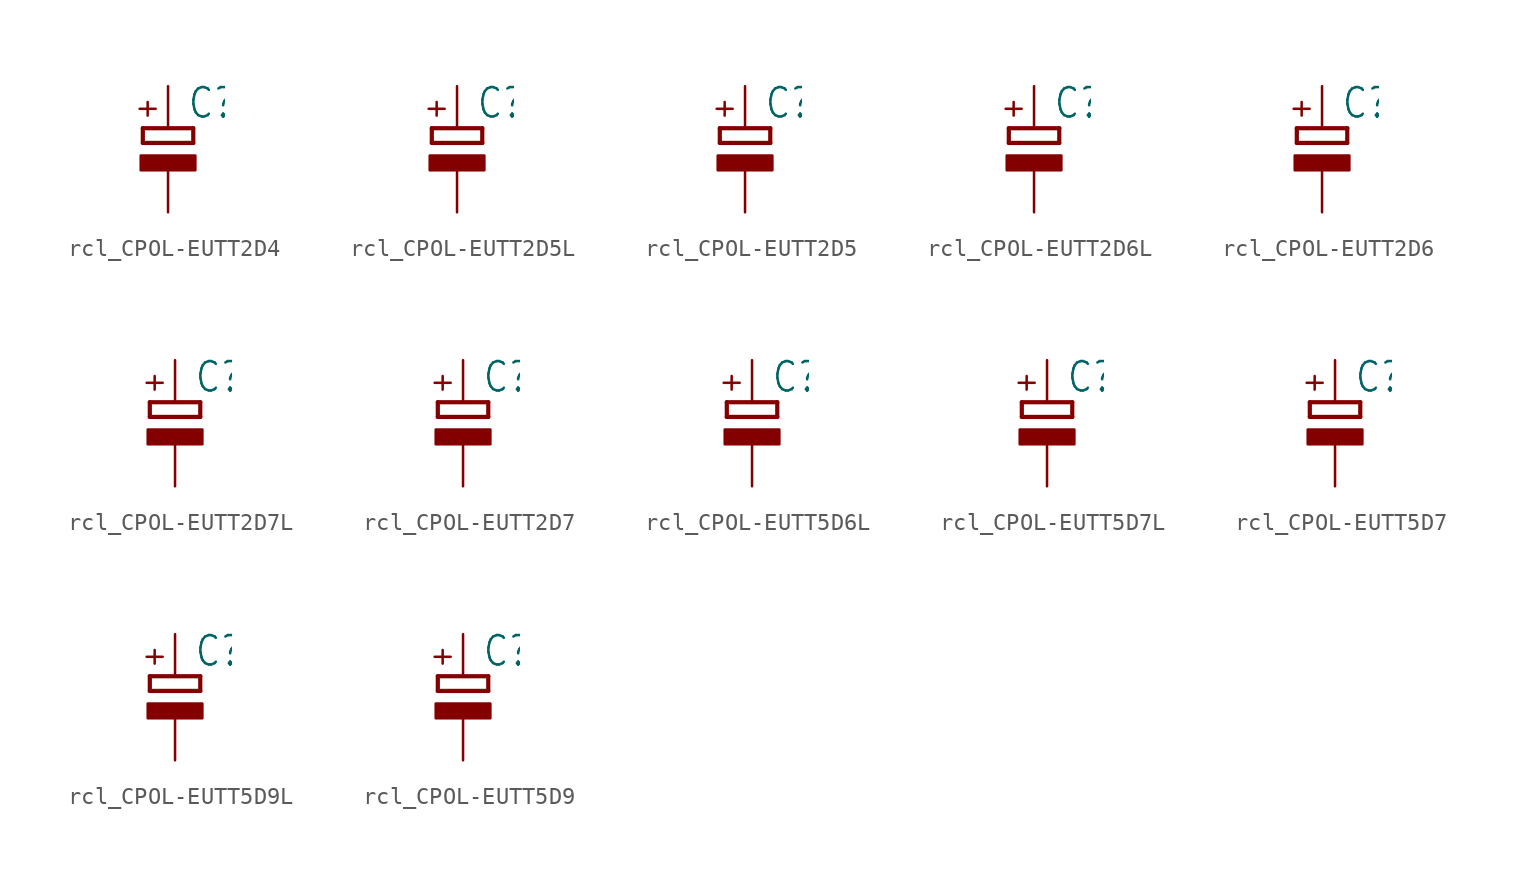
<source format=kicad_sym>
(kicad_symbol_lib
  (version 20231120)
  (generator "kicad_symbol_editor")
  (generator_version "8.0")
  (symbol "rcl_CPOL-EUTT2D4"
    (property "Reference" "C"
      (at 1.143 0.483 0)
      (effects (font (size 1.778 1.511)) (justify left bottom)))
    (property "Value" ""
      (at 1.143 -4.597 0)
      (effects (font (size 1.778 1.511)) (justify left bottom)))
    (property "ki_locked" ""
      (at 0 0 0)
      (effects (font (size 1.27 1.27))))
    (symbol "rcl_CPOL-EUTT2D4_1_0"
      (rectangle (start -1.651 -2.54) (end 1.651 -1.651) (stroke (width 0) (type default)) (fill (type outline)))
      (polyline (pts (xy -1.524 -0.889) (xy 1.524 -0.889)) (stroke (width 0.254) (type solid)) (fill (type none)))
      (polyline (pts (xy -1.524 0) (xy -1.524 -0.889)) (stroke (width 0.254) (type solid)) (fill (type none)))
      (polyline (pts (xy -1.524 0) (xy 1.524 0)) (stroke (width 0.254) (type solid)) (fill (type none)))
      (polyline (pts (xy 1.524 -0.889) (xy 1.524 0)) (stroke (width 0.254) (type solid)) (fill (type none)))
      (text "+" (at -0.584 0.406 900) (effects (font (size 1.27 1.079)) (justify left bottom)))
      (pin passive line (at 0 2.54 270) (length 2.54) (name "+" (effects (font (size 0 0)))) (number "+" (effects (font (size 0 0)))))
      (pin passive line (at 0 -5.08 90) (length 2.54) (name "-" (effects (font (size 0 0)))) (number "-" (effects (font (size 0 0)))))))
  (symbol "rcl_CPOL-EUTT2D5L"
    (property "Reference" "C"
      (at 1.143 0.483 0)
      (effects (font (size 1.778 1.511)) (justify left bottom)))
    (property "Value" ""
      (at 1.143 -4.597 0)
      (effects (font (size 1.778 1.511)) (justify left bottom)))
    (property "ki_locked" ""
      (at 0 0 0)
      (effects (font (size 1.27 1.27))))
    (symbol "rcl_CPOL-EUTT2D5L_1_0"
      (rectangle (start -1.651 -2.54) (end 1.651 -1.651) (stroke (width 0) (type default)) (fill (type outline)))
      (polyline (pts (xy -1.524 -0.889) (xy 1.524 -0.889)) (stroke (width 0.254) (type solid)) (fill (type none)))
      (polyline (pts (xy -1.524 0) (xy -1.524 -0.889)) (stroke (width 0.254) (type solid)) (fill (type none)))
      (polyline (pts (xy -1.524 0) (xy 1.524 0)) (stroke (width 0.254) (type solid)) (fill (type none)))
      (polyline (pts (xy 1.524 -0.889) (xy 1.524 0)) (stroke (width 0.254) (type solid)) (fill (type none)))
      (text "+" (at -0.584 0.406 900) (effects (font (size 1.27 1.079)) (justify left bottom)))
      (pin passive line (at 0 2.54 270) (length 2.54) (name "+" (effects (font (size 0 0)))) (number "+" (effects (font (size 0 0)))))
      (pin passive line (at 0 -5.08 90) (length 2.54) (name "-" (effects (font (size 0 0)))) (number "-" (effects (font (size 0 0)))))))
  (symbol "rcl_CPOL-EUTT2D5"
    (property "Reference" "C"
      (at 1.143 0.483 0)
      (effects (font (size 1.778 1.511)) (justify left bottom)))
    (property "Value" ""
      (at 1.143 -4.597 0)
      (effects (font (size 1.778 1.511)) (justify left bottom)))
    (property "ki_locked" ""
      (at 0 0 0)
      (effects (font (size 1.27 1.27))))
    (symbol "rcl_CPOL-EUTT2D5_1_0"
      (rectangle (start -1.651 -2.54) (end 1.651 -1.651) (stroke (width 0) (type default)) (fill (type outline)))
      (polyline (pts (xy -1.524 -0.889) (xy 1.524 -0.889)) (stroke (width 0.254) (type solid)) (fill (type none)))
      (polyline (pts (xy -1.524 0) (xy -1.524 -0.889)) (stroke (width 0.254) (type solid)) (fill (type none)))
      (polyline (pts (xy -1.524 0) (xy 1.524 0)) (stroke (width 0.254) (type solid)) (fill (type none)))
      (polyline (pts (xy 1.524 -0.889) (xy 1.524 0)) (stroke (width 0.254) (type solid)) (fill (type none)))
      (text "+" (at -0.584 0.406 900) (effects (font (size 1.27 1.079)) (justify left bottom)))
      (pin passive line (at 0 2.54 270) (length 2.54) (name "+" (effects (font (size 0 0)))) (number "+" (effects (font (size 0 0)))))
      (pin passive line (at 0 -5.08 90) (length 2.54) (name "-" (effects (font (size 0 0)))) (number "-" (effects (font (size 0 0)))))))
  (symbol "rcl_CPOL-EUTT2D6L"
    (property "Reference" "C"
      (at 1.143 0.483 0)
      (effects (font (size 1.778 1.511)) (justify left bottom)))
    (property "Value" ""
      (at 1.143 -4.597 0)
      (effects (font (size 1.778 1.511)) (justify left bottom)))
    (property "ki_locked" ""
      (at 0 0 0)
      (effects (font (size 1.27 1.27))))
    (symbol "rcl_CPOL-EUTT2D6L_1_0"
      (rectangle (start -1.651 -2.54) (end 1.651 -1.651) (stroke (width 0) (type default)) (fill (type outline)))
      (polyline (pts (xy -1.524 -0.889) (xy 1.524 -0.889)) (stroke (width 0.254) (type solid)) (fill (type none)))
      (polyline (pts (xy -1.524 0) (xy -1.524 -0.889)) (stroke (width 0.254) (type solid)) (fill (type none)))
      (polyline (pts (xy -1.524 0) (xy 1.524 0)) (stroke (width 0.254) (type solid)) (fill (type none)))
      (polyline (pts (xy 1.524 -0.889) (xy 1.524 0)) (stroke (width 0.254) (type solid)) (fill (type none)))
      (text "+" (at -0.584 0.406 900) (effects (font (size 1.27 1.079)) (justify left bottom)))
      (pin passive line (at 0 2.54 270) (length 2.54) (name "+" (effects (font (size 0 0)))) (number "+" (effects (font (size 0 0)))))
      (pin passive line (at 0 -5.08 90) (length 2.54) (name "-" (effects (font (size 0 0)))) (number "-" (effects (font (size 0 0)))))))
  (symbol "rcl_CPOL-EUTT2D6"
    (property "Reference" "C"
      (at 1.143 0.483 0)
      (effects (font (size 1.778 1.511)) (justify left bottom)))
    (property "Value" ""
      (at 1.143 -4.597 0)
      (effects (font (size 1.778 1.511)) (justify left bottom)))
    (property "ki_locked" ""
      (at 0 0 0)
      (effects (font (size 1.27 1.27))))
    (symbol "rcl_CPOL-EUTT2D6_1_0"
      (rectangle (start -1.651 -2.54) (end 1.651 -1.651) (stroke (width 0) (type default)) (fill (type outline)))
      (polyline (pts (xy -1.524 -0.889) (xy 1.524 -0.889)) (stroke (width 0.254) (type solid)) (fill (type none)))
      (polyline (pts (xy -1.524 0) (xy -1.524 -0.889)) (stroke (width 0.254) (type solid)) (fill (type none)))
      (polyline (pts (xy -1.524 0) (xy 1.524 0)) (stroke (width 0.254) (type solid)) (fill (type none)))
      (polyline (pts (xy 1.524 -0.889) (xy 1.524 0)) (stroke (width 0.254) (type solid)) (fill (type none)))
      (text "+" (at -0.584 0.406 900) (effects (font (size 1.27 1.079)) (justify left bottom)))
      (pin passive line (at 0 2.54 270) (length 2.54) (name "+" (effects (font (size 0 0)))) (number "+" (effects (font (size 0 0)))))
      (pin passive line (at 0 -5.08 90) (length 2.54) (name "-" (effects (font (size 0 0)))) (number "-" (effects (font (size 0 0)))))))
  (symbol "rcl_CPOL-EUTT2D7L"
    (property "Reference" "C"
      (at 1.143 0.483 0)
      (effects (font (size 1.778 1.511)) (justify left bottom)))
    (property "Value" ""
      (at 1.143 -4.597 0)
      (effects (font (size 1.778 1.511)) (justify left bottom)))
    (property "ki_locked" ""
      (at 0 0 0)
      (effects (font (size 1.27 1.27))))
    (symbol "rcl_CPOL-EUTT2D7L_1_0"
      (rectangle (start -1.651 -2.54) (end 1.651 -1.651) (stroke (width 0) (type default)) (fill (type outline)))
      (polyline (pts (xy -1.524 -0.889) (xy 1.524 -0.889)) (stroke (width 0.254) (type solid)) (fill (type none)))
      (polyline (pts (xy -1.524 0) (xy -1.524 -0.889)) (stroke (width 0.254) (type solid)) (fill (type none)))
      (polyline (pts (xy -1.524 0) (xy 1.524 0)) (stroke (width 0.254) (type solid)) (fill (type none)))
      (polyline (pts (xy 1.524 -0.889) (xy 1.524 0)) (stroke (width 0.254) (type solid)) (fill (type none)))
      (text "+" (at -0.584 0.406 900) (effects (font (size 1.27 1.079)) (justify left bottom)))
      (pin passive line (at 0 2.54 270) (length 2.54) (name "+" (effects (font (size 0 0)))) (number "+" (effects (font (size 0 0)))))
      (pin passive line (at 0 -5.08 90) (length 2.54) (name "-" (effects (font (size 0 0)))) (number "-" (effects (font (size 0 0)))))))
  (symbol "rcl_CPOL-EUTT2D7"
    (property "Reference" "C"
      (at 1.143 0.483 0)
      (effects (font (size 1.778 1.511)) (justify left bottom)))
    (property "Value" ""
      (at 1.143 -4.597 0)
      (effects (font (size 1.778 1.511)) (justify left bottom)))
    (property "ki_locked" ""
      (at 0 0 0)
      (effects (font (size 1.27 1.27))))
    (symbol "rcl_CPOL-EUTT2D7_1_0"
      (rectangle (start -1.651 -2.54) (end 1.651 -1.651) (stroke (width 0) (type default)) (fill (type outline)))
      (polyline (pts (xy -1.524 -0.889) (xy 1.524 -0.889)) (stroke (width 0.254) (type solid)) (fill (type none)))
      (polyline (pts (xy -1.524 0) (xy -1.524 -0.889)) (stroke (width 0.254) (type solid)) (fill (type none)))
      (polyline (pts (xy -1.524 0) (xy 1.524 0)) (stroke (width 0.254) (type solid)) (fill (type none)))
      (polyline (pts (xy 1.524 -0.889) (xy 1.524 0)) (stroke (width 0.254) (type solid)) (fill (type none)))
      (text "+" (at -0.584 0.406 900) (effects (font (size 1.27 1.079)) (justify left bottom)))
      (pin passive line (at 0 2.54 270) (length 2.54) (name "+" (effects (font (size 0 0)))) (number "+" (effects (font (size 0 0)))))
      (pin passive line (at 0 -5.08 90) (length 2.54) (name "-" (effects (font (size 0 0)))) (number "-" (effects (font (size 0 0)))))))
  (symbol "rcl_CPOL-EUTT5D6L"
    (property "Reference" "C"
      (at 1.143 0.483 0)
      (effects (font (size 1.778 1.511)) (justify left bottom)))
    (property "Value" ""
      (at 1.143 -4.597 0)
      (effects (font (size 1.778 1.511)) (justify left bottom)))
    (property "ki_locked" ""
      (at 0 0 0)
      (effects (font (size 1.27 1.27))))
    (symbol "rcl_CPOL-EUTT5D6L_1_0"
      (rectangle (start -1.651 -2.54) (end 1.651 -1.651) (stroke (width 0) (type default)) (fill (type outline)))
      (polyline (pts (xy -1.524 -0.889) (xy 1.524 -0.889)) (stroke (width 0.254) (type solid)) (fill (type none)))
      (polyline (pts (xy -1.524 0) (xy -1.524 -0.889)) (stroke (width 0.254) (type solid)) (fill (type none)))
      (polyline (pts (xy -1.524 0) (xy 1.524 0)) (stroke (width 0.254) (type solid)) (fill (type none)))
      (polyline (pts (xy 1.524 -0.889) (xy 1.524 0)) (stroke (width 0.254) (type solid)) (fill (type none)))
      (text "+" (at -0.584 0.406 900) (effects (font (size 1.27 1.079)) (justify left bottom)))
      (pin passive line (at 0 2.54 270) (length 2.54) (name "+" (effects (font (size 0 0)))) (number "+" (effects (font (size 0 0)))))
      (pin passive line (at 0 -5.08 90) (length 2.54) (name "-" (effects (font (size 0 0)))) (number "-" (effects (font (size 0 0)))))))
  (symbol "rcl_CPOL-EUTT5D7L"
    (property "Reference" "C"
      (at 1.143 0.483 0)
      (effects (font (size 1.778 1.511)) (justify left bottom)))
    (property "Value" ""
      (at 1.143 -4.597 0)
      (effects (font (size 1.778 1.511)) (justify left bottom)))
    (property "ki_locked" ""
      (at 0 0 0)
      (effects (font (size 1.27 1.27))))
    (symbol "rcl_CPOL-EUTT5D7L_1_0"
      (rectangle (start -1.651 -2.54) (end 1.651 -1.651) (stroke (width 0) (type default)) (fill (type outline)))
      (polyline (pts (xy -1.524 -0.889) (xy 1.524 -0.889)) (stroke (width 0.254) (type solid)) (fill (type none)))
      (polyline (pts (xy -1.524 0) (xy -1.524 -0.889)) (stroke (width 0.254) (type solid)) (fill (type none)))
      (polyline (pts (xy -1.524 0) (xy 1.524 0)) (stroke (width 0.254) (type solid)) (fill (type none)))
      (polyline (pts (xy 1.524 -0.889) (xy 1.524 0)) (stroke (width 0.254) (type solid)) (fill (type none)))
      (text "+" (at -0.584 0.406 900) (effects (font (size 1.27 1.079)) (justify left bottom)))
      (pin passive line (at 0 2.54 270) (length 2.54) (name "+" (effects (font (size 0 0)))) (number "+" (effects (font (size 0 0)))))
      (pin passive line (at 0 -5.08 90) (length 2.54) (name "-" (effects (font (size 0 0)))) (number "-" (effects (font (size 0 0)))))))
  (symbol "rcl_CPOL-EUTT5D7"
    (property "Reference" "C"
      (at 1.143 0.483 0)
      (effects (font (size 1.778 1.511)) (justify left bottom)))
    (property "Value" ""
      (at 1.143 -4.597 0)
      (effects (font (size 1.778 1.511)) (justify left bottom)))
    (property "ki_locked" ""
      (at 0 0 0)
      (effects (font (size 1.27 1.27))))
    (symbol "rcl_CPOL-EUTT5D7_1_0"
      (rectangle (start -1.651 -2.54) (end 1.651 -1.651) (stroke (width 0) (type default)) (fill (type outline)))
      (polyline (pts (xy -1.524 -0.889) (xy 1.524 -0.889)) (stroke (width 0.254) (type solid)) (fill (type none)))
      (polyline (pts (xy -1.524 0) (xy -1.524 -0.889)) (stroke (width 0.254) (type solid)) (fill (type none)))
      (polyline (pts (xy -1.524 0) (xy 1.524 0)) (stroke (width 0.254) (type solid)) (fill (type none)))
      (polyline (pts (xy 1.524 -0.889) (xy 1.524 0)) (stroke (width 0.254) (type solid)) (fill (type none)))
      (text "+" (at -0.584 0.406 900) (effects (font (size 1.27 1.079)) (justify left bottom)))
      (pin passive line (at 0 2.54 270) (length 2.54) (name "+" (effects (font (size 0 0)))) (number "+" (effects (font (size 0 0)))))
      (pin passive line (at 0 -5.08 90) (length 2.54) (name "-" (effects (font (size 0 0)))) (number "-" (effects (font (size 0 0)))))))
  (symbol "rcl_CPOL-EUTT5D9L"
    (property "Reference" "C"
      (at 1.143 0.483 0)
      (effects (font (size 1.778 1.511)) (justify left bottom)))
    (property "Value" ""
      (at 1.143 -4.597 0)
      (effects (font (size 1.778 1.511)) (justify left bottom)))
    (property "ki_locked" ""
      (at 0 0 0)
      (effects (font (size 1.27 1.27))))
    (symbol "rcl_CPOL-EUTT5D9L_1_0"
      (rectangle (start -1.651 -2.54) (end 1.651 -1.651) (stroke (width 0) (type default)) (fill (type outline)))
      (polyline (pts (xy -1.524 -0.889) (xy 1.524 -0.889)) (stroke (width 0.254) (type solid)) (fill (type none)))
      (polyline (pts (xy -1.524 0) (xy -1.524 -0.889)) (stroke (width 0.254) (type solid)) (fill (type none)))
      (polyline (pts (xy -1.524 0) (xy 1.524 0)) (stroke (width 0.254) (type solid)) (fill (type none)))
      (polyline (pts (xy 1.524 -0.889) (xy 1.524 0)) (stroke (width 0.254) (type solid)) (fill (type none)))
      (text "+" (at -0.584 0.406 900) (effects (font (size 1.27 1.079)) (justify left bottom)))
      (pin passive line (at 0 2.54 270) (length 2.54) (name "+" (effects (font (size 0 0)))) (number "+" (effects (font (size 0 0)))))
      (pin passive line (at 0 -5.08 90) (length 2.54) (name "-" (effects (font (size 0 0)))) (number "-" (effects (font (size 0 0)))))))
  (symbol "rcl_CPOL-EUTT5D9"
    (property "Reference" "C"
      (at 1.143 0.483 0)
      (effects (font (size 1.778 1.511)) (justify left bottom)))
    (property "Value" ""
      (at 1.143 -4.597 0)
      (effects (font (size 1.778 1.511)) (justify left bottom)))
    (property "ki_locked" ""
      (at 0 0 0)
      (effects (font (size 1.27 1.27))))
    (symbol "rcl_CPOL-EUTT5D9_1_0"
      (rectangle (start -1.651 -2.54) (end 1.651 -1.651) (stroke (width 0) (type default)) (fill (type outline)))
      (polyline (pts (xy -1.524 -0.889) (xy 1.524 -0.889)) (stroke (width 0.254) (type solid)) (fill (type none)))
      (polyline (pts (xy -1.524 0) (xy -1.524 -0.889)) (stroke (width 0.254) (type solid)) (fill (type none)))
      (polyline (pts (xy -1.524 0) (xy 1.524 0)) (stroke (width 0.254) (type solid)) (fill (type none)))
      (polyline (pts (xy 1.524 -0.889) (xy 1.524 0)) (stroke (width 0.254) (type solid)) (fill (type none)))
      (text "+" (at -0.584 0.406 900) (effects (font (size 1.27 1.079)) (justify left bottom)))
      (pin passive line (at 0 2.54 270) (length 2.54) (name "+" (effects (font (size 0 0)))) (number "+" (effects (font (size 0 0)))))
      (pin passive line (at 0 -5.08 90) (length 2.54) (name "-" (effects (font (size 0 0)))) (number "-" (effects (font (size 0 0))))))))
</source>
